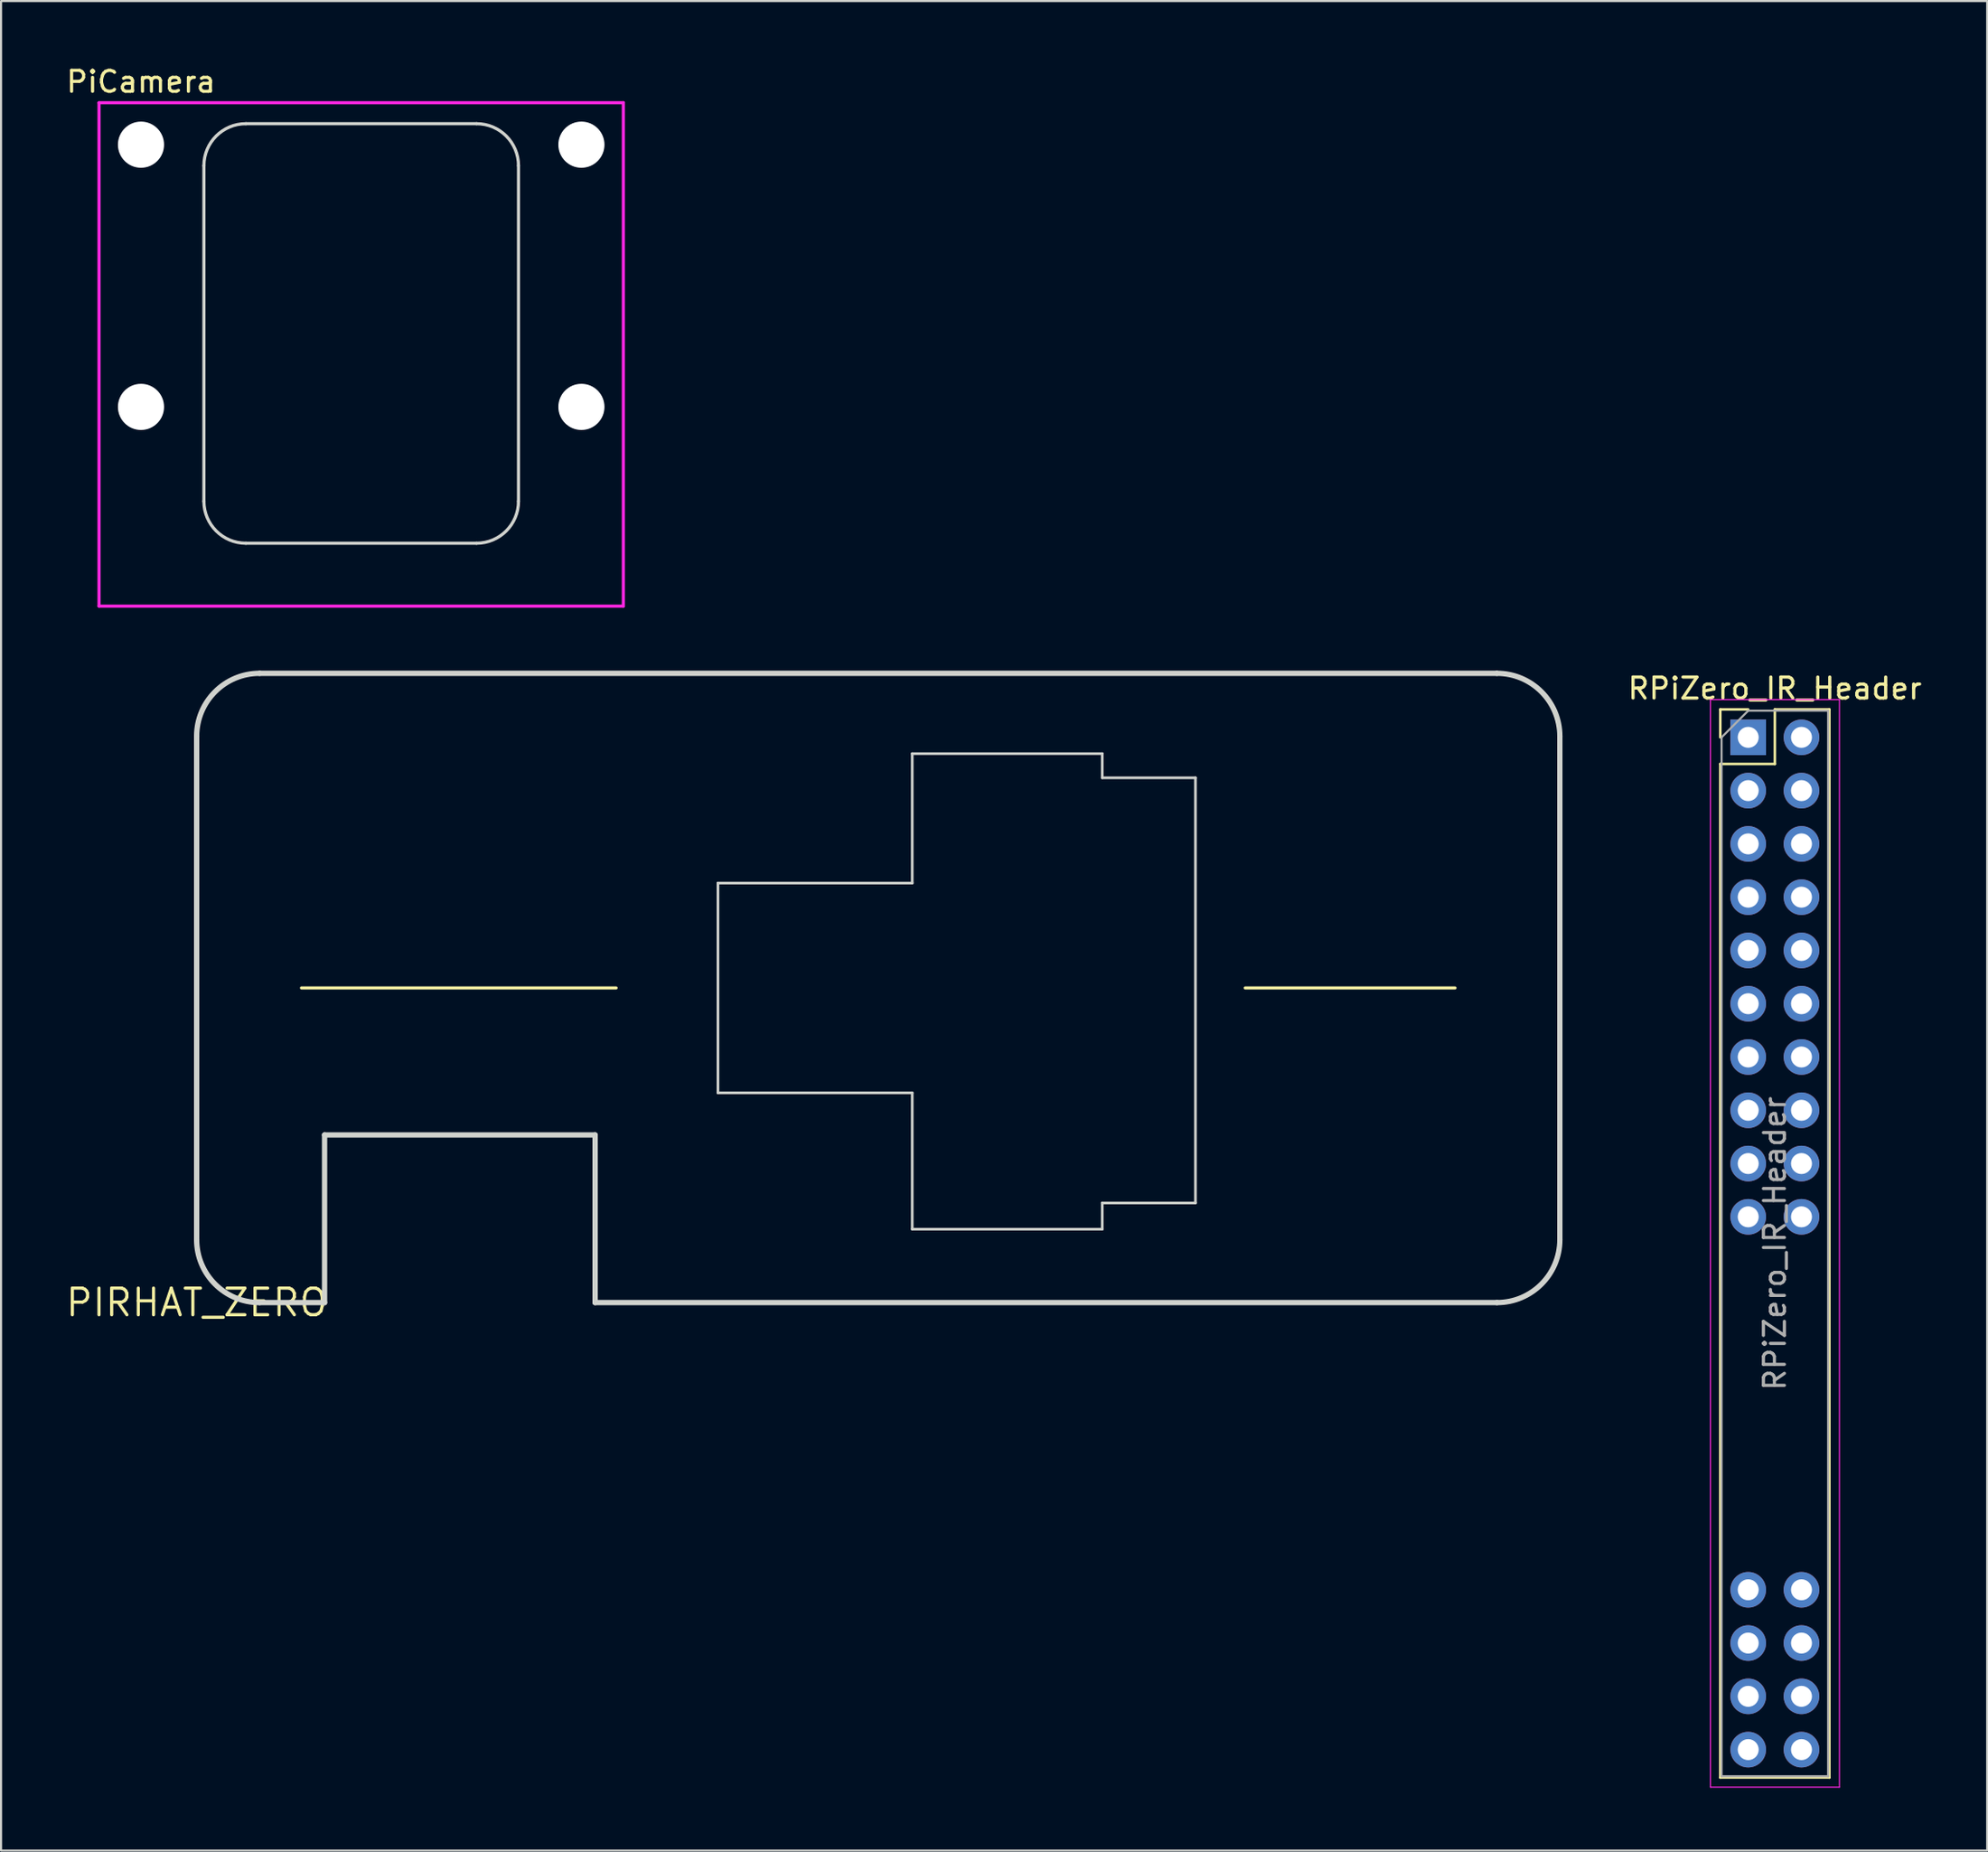
<source format=kicad_pcb>
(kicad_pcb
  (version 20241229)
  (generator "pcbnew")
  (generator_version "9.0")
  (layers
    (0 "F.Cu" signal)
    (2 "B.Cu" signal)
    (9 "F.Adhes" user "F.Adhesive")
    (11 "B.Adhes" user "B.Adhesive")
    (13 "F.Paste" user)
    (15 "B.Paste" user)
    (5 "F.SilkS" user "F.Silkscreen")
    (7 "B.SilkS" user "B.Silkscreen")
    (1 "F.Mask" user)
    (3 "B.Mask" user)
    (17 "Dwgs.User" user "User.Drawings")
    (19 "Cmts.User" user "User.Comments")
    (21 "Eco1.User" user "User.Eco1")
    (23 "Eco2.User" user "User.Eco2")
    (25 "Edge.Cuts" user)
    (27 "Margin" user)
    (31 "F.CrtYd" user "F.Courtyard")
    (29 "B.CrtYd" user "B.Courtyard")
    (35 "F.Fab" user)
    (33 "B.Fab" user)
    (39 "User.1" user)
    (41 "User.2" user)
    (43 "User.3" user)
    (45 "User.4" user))
  (footprint "RPiZero_IR_Header"
    (layer "F.Cu")
    (at 80.309 32.102)
    (property "Reference" "RPiZero_IR_Header" (at 1.27 -2.33 0) (layer "F.SilkS") (effects (font (size 1 1) (thickness 0.15))))
    (attr through_hole)
    (fp_line (start -1.33 -1.33) (end 0 -1.33) (stroke (width 0.12) (type solid)) (layer "F.SilkS"))
    (fp_line (start -1.33 0) (end -1.33 -1.33) (stroke (width 0.12) (type solid)) (layer "F.SilkS"))
    (fp_line (start -1.33 1.27) (end -1.33 49.59) (stroke (width 0.12) (type solid)) (layer "F.SilkS"))
    (fp_line (start -1.33 1.27) (end 1.27 1.27) (stroke (width 0.12) (type solid)) (layer "F.SilkS"))
    (fp_line (start -1.33 49.59) (end 3.87 49.59) (stroke (width 0.12) (type solid)) (layer "F.SilkS"))
    (fp_line (start 1.27 -1.33) (end 3.87 -1.33) (stroke (width 0.12) (type solid)) (layer "F.SilkS"))
    (fp_line (start 1.27 1.27) (end 1.27 -1.33) (stroke (width 0.12) (type solid)) (layer "F.SilkS"))
    (fp_line (start 3.87 -1.33) (end 3.87 49.59) (stroke (width 0.12) (type solid)) (layer "F.SilkS"))
    (fp_line (start -1.8 -1.8) (end -1.8 50.05) (stroke (width 0.05) (type solid)) (layer "F.CrtYd"))
    (fp_line (start -1.8 50.05) (end 4.35 50.05) (stroke (width 0.05) (type solid)) (layer "F.CrtYd"))
    (fp_line (start 4.35 -1.8) (end -1.8 -1.8) (stroke (width 0.05) (type solid)) (layer "F.CrtYd"))
    (fp_line (start 4.35 50.05) (end 4.35 -1.8) (stroke (width 0.05) (type solid)) (layer "F.CrtYd"))
    (fp_line (start -1.27 0) (end 0 -1.27) (stroke (width 0.1) (type solid)) (layer "F.Fab"))
    (fp_line (start -1.27 49.53) (end -1.27 0) (stroke (width 0.1) (type solid)) (layer "F.Fab"))
    (fp_line (start 0 -1.27) (end 3.81 -1.27) (stroke (width 0.1) (type solid)) (layer "F.Fab"))
    (fp_line (start 3.81 -1.27) (end 3.81 49.53) (stroke (width 0.1) (type solid)) (layer "F.Fab"))
    (fp_line (start 3.81 49.53) (end -1.27 49.53) (stroke (width 0.1) (type solid)) (layer "F.Fab"))
    (fp_text user "${REFERENCE}" (at 1.27 24.13 90) (layer "F.Fab") (effects (font (size 1 1) (thickness 0.15))))
    (pad "1" thru_hole rect (at 0 0) (size 1.7 1.7) (drill 1) (layers "*.Cu" "*.Mask"))
    (pad "2" thru_hole oval (at 2.54 0) (size 1.7 1.7) (drill 1) (layers "*.Cu" "*.Mask"))
    (pad "3" thru_hole oval (at 0 2.54) (size 1.7 1.7) (drill 1) (layers "*.Cu" "*.Mask"))
    (pad "4" thru_hole oval (at 2.54 2.54) (size 1.7 1.7) (drill 1) (layers "*.Cu" "*.Mask"))
    (pad "5" thru_hole oval (at 0 5.08) (size 1.7 1.7) (drill 1) (layers "*.Cu" "*.Mask"))
    (pad "6" thru_hole oval (at 2.54 5.08) (size 1.7 1.7) (drill 1) (layers "*.Cu" "*.Mask"))
    (pad "7" thru_hole oval (at 0 7.62) (size 1.7 1.7) (drill 1) (layers "*.Cu" "*.Mask"))
    (pad "8" thru_hole oval (at 2.54 7.62) (size 1.7 1.7) (drill 1) (layers "*.Cu" "*.Mask"))
    (pad "9" thru_hole oval (at 0 10.16) (size 1.7 1.7) (drill 1) (layers "*.Cu" "*.Mask"))
    (pad "10" thru_hole oval (at 2.54 10.16) (size 1.7 1.7) (drill 1) (layers "*.Cu" "*.Mask"))
    (pad "11" thru_hole oval (at 0 12.7) (size 1.7 1.7) (drill 1) (layers "*.Cu" "*.Mask"))
    (pad "12" thru_hole oval (at 2.54 12.7) (size 1.7 1.7) (drill 1) (layers "*.Cu" "*.Mask"))
    (pad "13" thru_hole oval (at 0 15.24) (size 1.7 1.7) (drill 1) (layers "*.Cu" "*.Mask"))
    (pad "14" thru_hole oval (at 2.54 15.24) (size 1.7 1.7) (drill 1) (layers "*.Cu" "*.Mask"))
    (pad "15" thru_hole oval (at 0 17.78) (size 1.7 1.7) (drill 1) (layers "*.Cu" "*.Mask"))
    (pad "16" thru_hole oval (at 2.54 17.78) (size 1.7 1.7) (drill 1) (layers "*.Cu" "*.Mask"))
    (pad "17" thru_hole oval (at 0 20.32) (size 1.7 1.7) (drill 1) (layers "*.Cu" "*.Mask"))
    (pad "18" thru_hole oval (at 2.54 20.32) (size 1.7 1.7) (drill 1) (layers "*.Cu" "*.Mask"))
    (pad "19" thru_hole oval (at 0 22.86) (size 1.7 1.7) (drill 1) (layers "*.Cu" "*.Mask"))
    (pad "20" thru_hole oval (at 2.54 22.86) (size 1.7 1.7) (drill 1) (layers "*.Cu" "*.Mask"))
    (pad "33" thru_hole oval (at 0 40.64) (size 1.7 1.7) (drill 1) (layers "*.Cu" "*.Mask"))
    (pad "34" thru_hole oval (at 2.54 40.64) (size 1.7 1.7) (drill 1) (layers "*.Cu" "*.Mask"))
    (pad "35" thru_hole oval (at 0 43.18) (size 1.7 1.7) (drill 1) (layers "*.Cu" "*.Mask"))
    (pad "36" thru_hole oval (at 2.54 43.18) (size 1.7 1.7) (drill 1) (layers "*.Cu" "*.Mask"))
    (pad "37" thru_hole oval (at 0 45.72) (size 1.7 1.7) (drill 1) (layers "*.Cu" "*.Mask"))
    (pad "38" thru_hole oval (at 2.54 45.72) (size 1.7 1.7) (drill 1) (layers "*.Cu" "*.Mask"))
    (pad "39" thru_hole oval (at 0 48.26) (size 1.7 1.7) (drill 1) (layers "*.Cu" "*.Mask"))
    (pad "40" thru_hole oval (at 2.54 48.26) (size 1.7 1.7) (drill 1) (layers "*.Cu" "*.Mask")))
  (footprint "PIRHAT_ZERO"
    (layer "F.Cu")
    (at 6.327 59.05)
    (property "Reference" "PIRHAT_ZERO" (at 0 0 0) (layer "F.SilkS") (effects (font (size 1.27 1.27) (thickness 0.15))))
    (attr through_hole)
    (fp_line (start 5 -15) (end 20 -15) (stroke (width 0.15) (type solid)) (layer "F.SilkS"))
    (fp_line (start 60 -15) (end 50 -15) (stroke (width 0.15) (type solid)) (layer "F.SilkS"))
    (fp_line (start 0 -27) (end 0 -3) (stroke (width 0.254) (type solid)) (layer "Edge.Cuts"))
    (fp_line (start 3 0) (end 6.1 0) (stroke (width 0.254) (type solid)) (layer "Edge.Cuts"))
    (fp_line (start 6.1 -7.992) (end 6.1 0) (stroke (width 0.254) (type solid)) (layer "Edge.Cuts"))
    (fp_line (start 6.1 -7.992) (end 19 -7.992) (stroke (width 0.254) (type solid)) (layer "Edge.Cuts"))
    (fp_line (start 19 -7.992) (end 19 0) (stroke (width 0.254) (type solid)) (layer "Edge.Cuts"))
    (fp_line (start 19 0) (end 62 0) (stroke (width 0.254) (type solid)) (layer "Edge.Cuts"))
    (fp_line (start 24.857 -20) (end 24.857 -10) (stroke (width 0.127) (type solid)) (layer "Edge.Cuts"))
    (fp_line (start 24.857 -10) (end 34.12 -10) (stroke (width 0.127) (type solid)) (layer "Edge.Cuts"))
    (fp_line (start 34.12 -26.17) (end 34.12 -20) (stroke (width 0.127) (type solid)) (layer "Edge.Cuts"))
    (fp_line (start 34.12 -20) (end 24.857 -20) (stroke (width 0.127) (type solid)) (layer "Edge.Cuts"))
    (fp_line (start 34.12 -10) (end 34.12 -3.5) (stroke (width 0.127) (type solid)) (layer "Edge.Cuts"))
    (fp_line (start 34.12 -3.5) (end 43.18 -3.5) (stroke (width 0.127) (type solid)) (layer "Edge.Cuts"))
    (fp_line (start 43.18 -26.17) (end 34.12 -26.17) (stroke (width 0.127) (type solid)) (layer "Edge.Cuts"))
    (fp_line (start 43.18 -25.019) (end 43.18 -26.17) (stroke (width 0.127) (type solid)) (layer "Edge.Cuts"))
    (fp_line (start 43.18 -4.75) (end 47.625 -4.75) (stroke (width 0.127) (type solid)) (layer "Edge.Cuts"))
    (fp_line (start 43.18 -3.5) (end 43.18 -4.75) (stroke (width 0.127) (type solid)) (layer "Edge.Cuts"))
    (fp_line (start 47.625 -25.019) (end 43.18 -25.019) (stroke (width 0.127) (type solid)) (layer "Edge.Cuts"))
    (fp_line (start 47.625 -4.75) (end 47.625 -25.019) (stroke (width 0.127) (type solid)) (layer "Edge.Cuts"))
    (fp_line (start 62 -30) (end 3 -30) (stroke (width 0.254) (type solid)) (layer "Edge.Cuts"))
    (fp_line (start 65 -3) (end 65 -27) (stroke (width 0.254) (type solid)) (layer "Edge.Cuts"))
    (fp_arc (start 0 -27) (mid 0.87868 -29.12132) (end 3 -30) (stroke (width 0.254) (type solid)) (layer "Edge.Cuts"))
    (fp_arc (start 3 0) (mid 0.87868 -0.87868) (end 0 -3) (stroke (width 0.254) (type solid)) (layer "Edge.Cuts"))
    (fp_arc (start 62 -30) (mid 64.12132 -29.12132) (end 65 -27) (stroke (width 0.254) (type solid)) (layer "Edge.Cuts"))
    (fp_arc (start 65 -3) (mid 64.12132 -0.87868) (end 62 0) (stroke (width 0.254) (type solid)) (layer "Edge.Cuts")))
  (footprint "PiCamera"
    (layer "F.Cu")
    (at 13.673 13.848)
    (property "Reference" "PiCamera" (at -10 -13 0) (layer "F.SilkS") (effects (font (size 1 1) (thickness 0.15))))
    (attr through_hole)
    (fp_line (start -7 -9) (end -7 7) (stroke (width 0.15) (type solid)) (layer "Edge.Cuts"))
    (fp_line (start -5 9) (end 6 9) (stroke (width 0.15) (type solid)) (layer "Edge.Cuts"))
    (fp_line (start 6 -11) (end -5 -11) (stroke (width 0.15) (type solid)) (layer "Edge.Cuts"))
    (fp_line (start 8 7) (end 8 -9) (stroke (width 0.15) (type solid)) (layer "Edge.Cuts"))
    (fp_arc (start -7 -9) (mid -6.414214 -10.414214) (end -5 -11) (stroke (width 0.15) (type solid)) (layer "Edge.Cuts"))
    (fp_arc (start -5 9) (mid -6.414214 8.414214) (end -7 7) (stroke (width 0.15) (type solid)) (layer "Edge.Cuts"))
    (fp_arc (start 6 -11) (mid 7.414214 -10.414214) (end 8 -9) (stroke (width 0.15) (type solid)) (layer "Edge.Cuts"))
    (fp_arc (start 8 7) (mid 7.414214 8.414214) (end 6 9) (stroke (width 0.15) (type solid)) (layer "Edge.Cuts"))
    (fp_line (start -12 -12) (end 13 -12) (stroke (width 0.15) (type solid)) (layer "F.CrtYd"))
    (fp_line (start -12 12) (end -12 -12) (stroke (width 0.15) (type solid)) (layer "F.CrtYd"))
    (fp_line (start -12 12) (end 13 12) (stroke (width 0.15) (type solid)) (layer "F.CrtYd"))
    (fp_line (start 13 -12) (end 13 12) (stroke (width 0.15) (type solid)) (layer "F.CrtYd"))
    (pad "" np_thru_hole circle (at -10 -10) (size 2.2 2.2) (drill 2.2) (layers "*.Cu" "*.Mask"))
    (pad "" np_thru_hole circle (at -10 2.5) (size 2.2 2.2) (drill 2.2) (layers "*.Cu" "*.Mask"))
    (pad "" np_thru_hole circle (at 11 -10) (size 2.2 2.2) (drill 2.2) (layers "*.Cu" "*.Mask"))
    (pad "" np_thru_hole circle (at 11 2.5) (size 2.2 2.2) (drill 2.2) (layers "*.Cu" "*.Mask")))
  (gr_rect
    (start -3 -3)
    (end 91.704 85.177)
    (stroke (width 0.1) (type default))
    (fill no)
    (layer "Edge.Cuts")))
</source>
